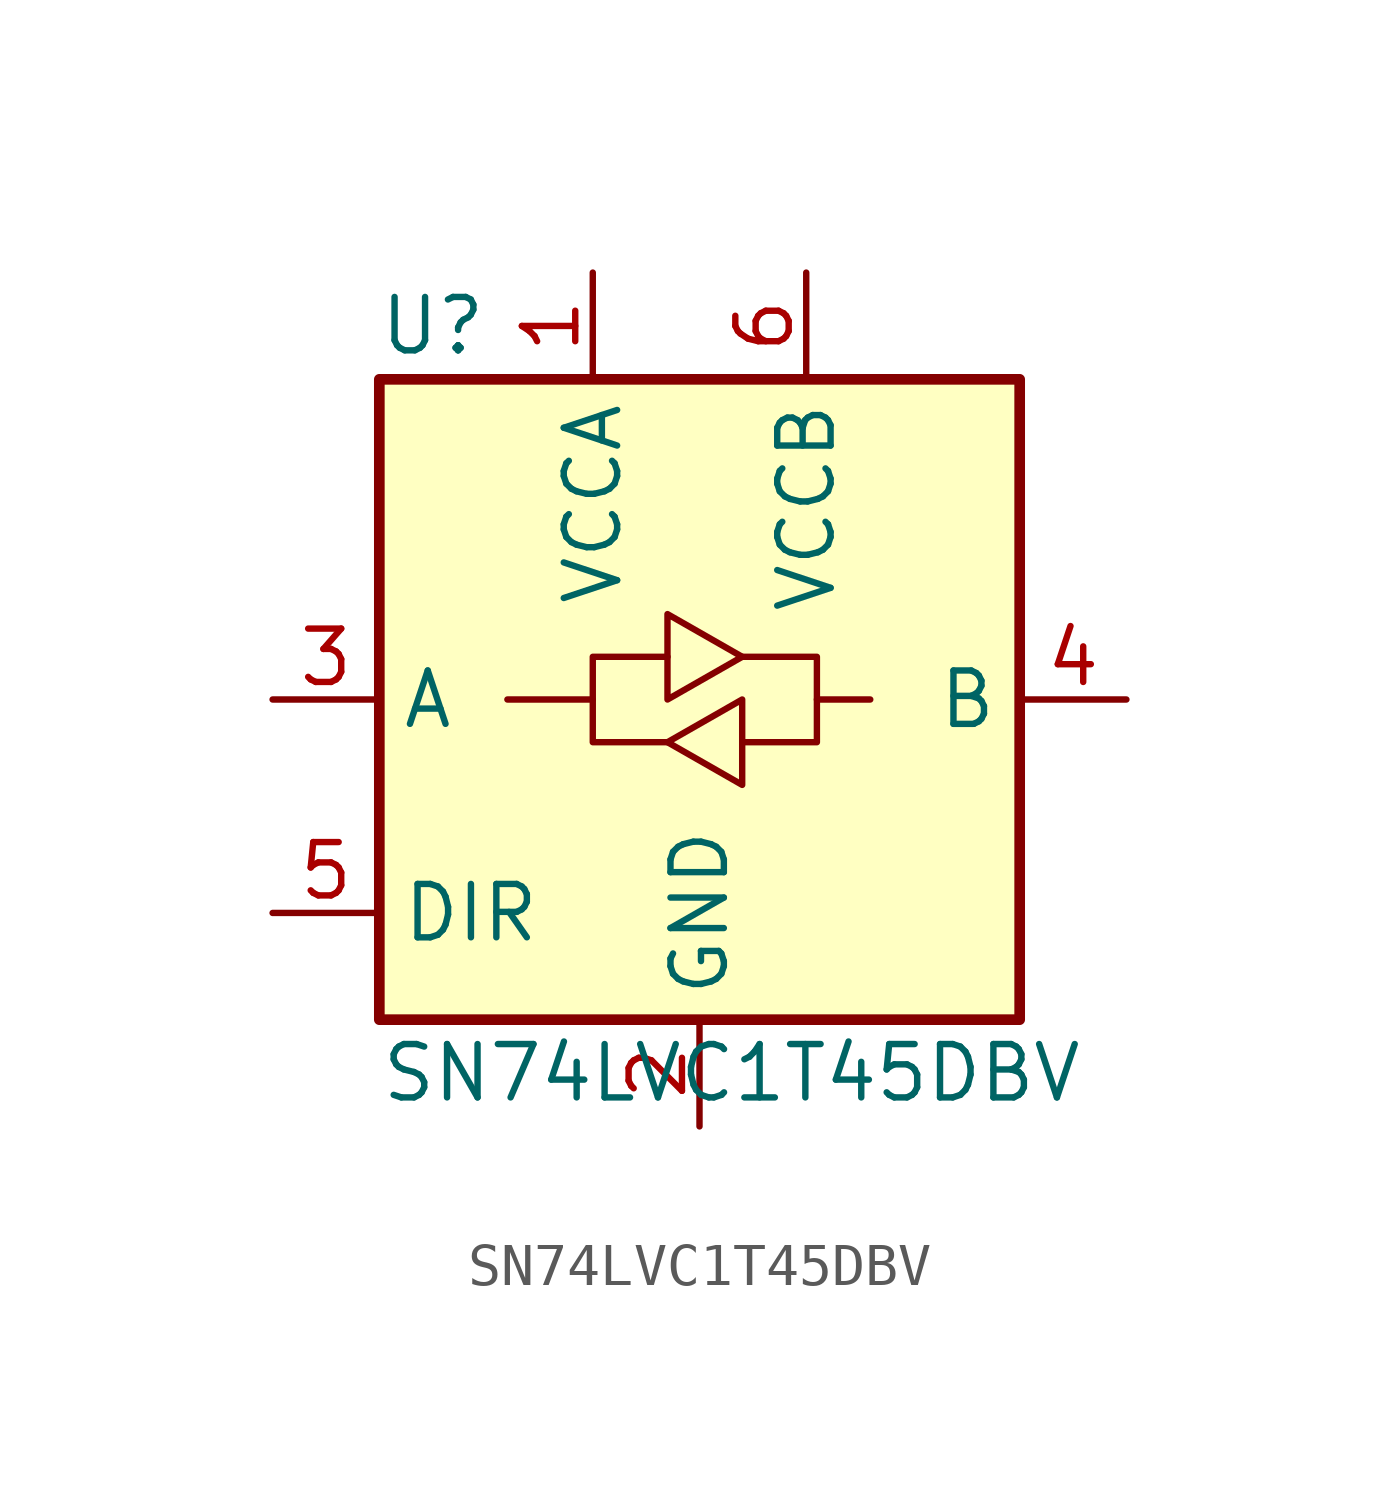
<source format=kicad_sym>
(kicad_symbol_lib
  (version 20220914)
  (generator kicad_symbol_editor)
  (symbol "SN74LVC1T45DBV"
    (property "Reference" "U"
      (at 1.27 1.27 0)
      (effects (font (size 1.27 1.27))))
    (property "Value" "SN74LVC1T45DBV"
      (at 0 -16.51 0)
      (effects (font (size 1.27 1.27)) (justify left)))
    (symbol "SN74LVC1T45DBV_0_1"
      (polyline (pts (xy 5.08 -7.62) (xy 5.08 -6.604) (xy 6.858 -6.604)) (stroke (width 0) (type default)) (fill (type none)))
      (polyline (pts (xy 10.414 -7.62) (xy 10.414 -8.636) (xy 8.636 -8.636)) (stroke (width 0) (type default)) (fill (type none)))
      (polyline (pts (xy 6.858 -8.636) (xy 5.08 -8.636) (xy 5.08 -7.62) (xy 3.048 -7.62)) (stroke (width 0) (type default)) (fill (type none)))
      (polyline (pts (xy 6.858 -7.62) (xy 6.858 -5.588) (xy 8.636 -6.604) (xy 6.858 -7.62)) (stroke (width 0) (type default)) (fill (type none)))
      (polyline (pts (xy 8.636 -6.604) (xy 10.414 -6.604) (xy 10.414 -7.62) (xy 11.684 -7.62)) (stroke (width 0) (type default)) (fill (type none)))
      (polyline (pts (xy 8.636 -7.62) (xy 8.636 -9.398) (xy 8.636 -9.652) (xy 6.858 -8.636) (xy 8.636 -7.62)) (stroke (width 0) (type default)) (fill (type none)))
      (rectangle (start 0 0) (end 15.24 -15.24) (stroke (width 0.254) (type default)) (fill (type background))))
    (symbol "SN74LVC1T45DBV_1_1"
      (pin power_in line (at 5.08 2.54 270) (length 2.54) (name "VCCA" (effects (font (size 1.27 1.27)))) (number "1" (effects (font (size 1.27 1.27)))))
      (pin power_in line (at 7.62 -17.78 90) (length 2.54) (name "GND" (effects (font (size 1.27 1.27)))) (number "2" (effects (font (size 1.27 1.27)))))
      (pin bidirectional line (at -2.54 -7.62 0) (length 2.54) (name "A" (effects (font (size 1.27 1.27)))) (number "3" (effects (font (size 1.27 1.27)))))
      (pin bidirectional line (at 17.78 -7.62 180) (length 2.54) (name "B" (effects (font (size 1.27 1.27)))) (number "4" (effects (font (size 1.27 1.27)))))
      (pin input line (at -2.54 -12.7 0) (length 2.54) (name "DIR" (effects (font (size 1.27 1.27)))) (number "5" (effects (font (size 1.27 1.27)))))
      (pin power_in line (at 10.16 2.54 270) (length 2.54) (name "VCCB" (effects (font (size 1.27 1.27)))) (number "6" (effects (font (size 1.27 1.27))))))))
</source>
